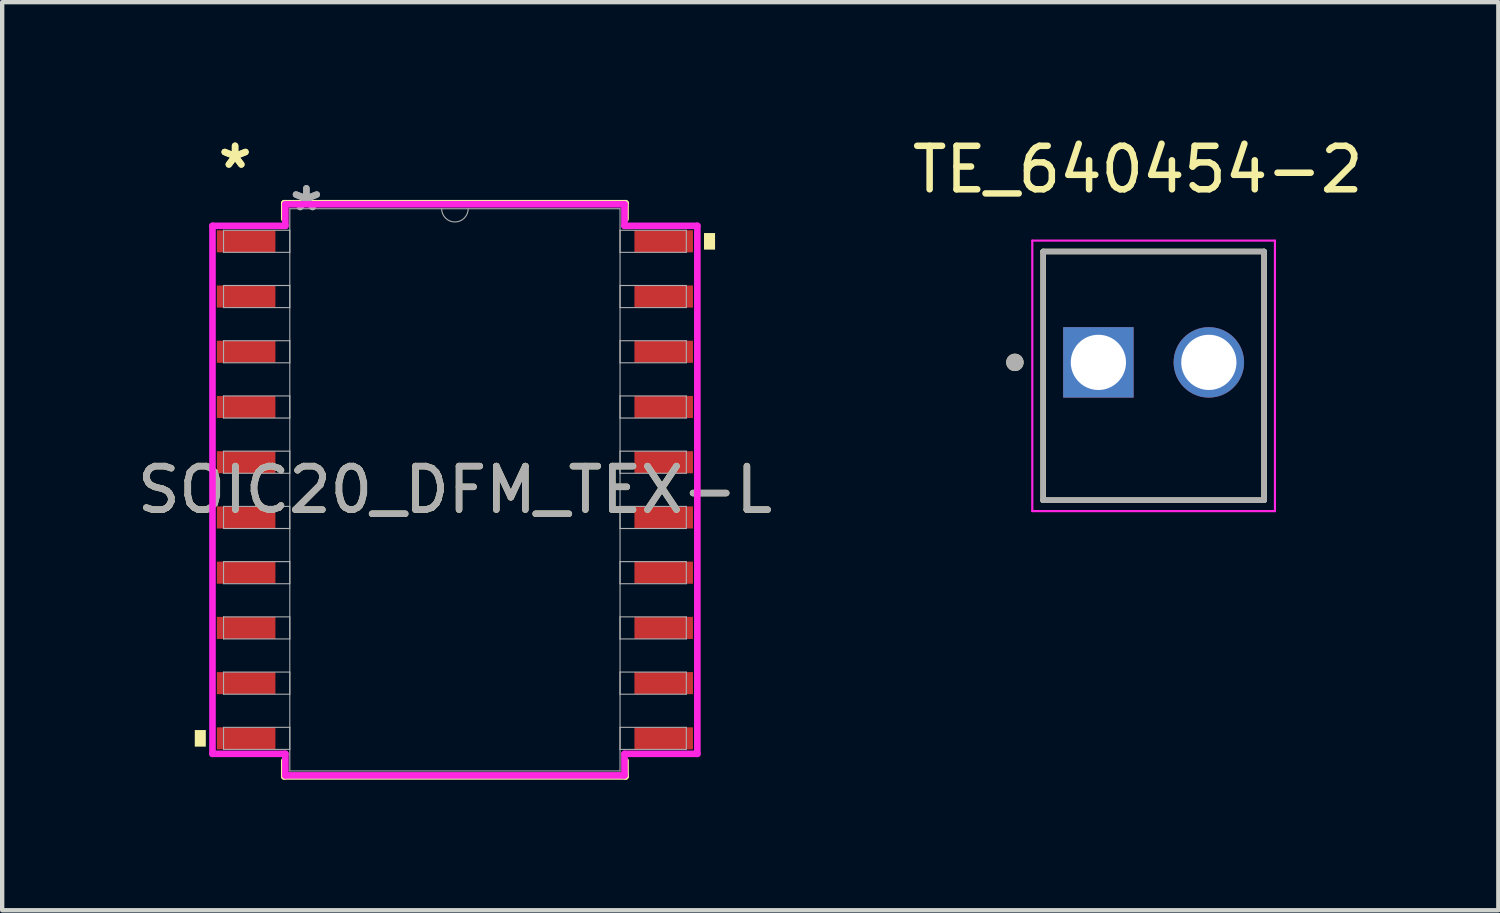
<source format=kicad_pcb>
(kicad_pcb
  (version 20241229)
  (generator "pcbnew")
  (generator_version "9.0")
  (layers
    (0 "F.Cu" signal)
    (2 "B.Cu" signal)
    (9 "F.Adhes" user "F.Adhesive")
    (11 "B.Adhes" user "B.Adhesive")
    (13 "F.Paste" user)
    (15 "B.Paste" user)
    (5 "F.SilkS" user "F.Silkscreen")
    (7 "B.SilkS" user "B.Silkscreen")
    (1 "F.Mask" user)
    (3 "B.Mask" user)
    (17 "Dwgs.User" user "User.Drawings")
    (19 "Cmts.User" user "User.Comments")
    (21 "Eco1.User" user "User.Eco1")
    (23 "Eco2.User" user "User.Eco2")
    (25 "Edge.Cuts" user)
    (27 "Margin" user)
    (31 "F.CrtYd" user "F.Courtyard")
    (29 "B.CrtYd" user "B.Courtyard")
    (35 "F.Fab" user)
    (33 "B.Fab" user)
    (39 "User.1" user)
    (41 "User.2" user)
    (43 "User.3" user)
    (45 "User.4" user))
  (footprint "SOIC20_DFM_TEX-L"
    (layer "F.Cu")
    (at 7.411 8.214)
    (property "Reference" "SOIC20_DFM_TEX-L" (at 0 0 0) (unlocked yes) (layer "F.SilkS") (effects (font (size 1 1) (thickness 0.15))))
    (attr smd)
    (fp_line (start -3.924 -6.591) (end -3.924 -6.232) (stroke (width 0.152) (type solid)) (layer "F.SilkS"))
    (fp_line (start -3.924 6.232) (end -3.924 6.591) (stroke (width 0.152) (type solid)) (layer "F.SilkS"))
    (fp_line (start -3.924 6.591) (end 3.924 6.591) (stroke (width 0.152) (type solid)) (layer "F.SilkS"))
    (fp_line (start 3.924 -6.591) (end -3.924 -6.591) (stroke (width 0.152) (type solid)) (layer "F.SilkS"))
    (fp_line (start 3.924 -6.232) (end 3.924 -6.591) (stroke (width 0.152) (type solid)) (layer "F.SilkS"))
    (fp_line (start 3.924 6.591) (end 3.924 6.232) (stroke (width 0.152) (type solid)) (layer "F.SilkS"))
    (fp_poly (pts (xy -5.982 5.524) (xy -5.982 5.905) (xy -5.728 5.905) (xy -5.728 5.524)) (stroke (width 0) (type solid)) (fill yes) (layer "F.SilkS"))
    (fp_poly (pts (xy 5.982 -5.905) (xy 5.982 -5.524) (xy 5.728 -5.524) (xy 5.728 -5.905)) (stroke (width 0) (type solid)) (fill yes) (layer "F.SilkS"))
    (fp_line (start -5.575 -6.071) (end -3.899 -6.071) (stroke (width 0.152) (type solid)) (layer "F.CrtYd"))
    (fp_line (start -5.575 6.071) (end -5.575 -6.071) (stroke (width 0.152) (type solid)) (layer "F.CrtYd"))
    (fp_line (start -5.575 6.071) (end -3.899 6.071) (stroke (width 0.152) (type solid)) (layer "F.CrtYd"))
    (fp_line (start -3.899 -6.566) (end 3.899 -6.566) (stroke (width 0.152) (type solid)) (layer "F.CrtYd"))
    (fp_line (start -3.899 -6.071) (end -3.899 -6.566) (stroke (width 0.152) (type solid)) (layer "F.CrtYd"))
    (fp_line (start -3.899 6.566) (end -3.899 6.071) (stroke (width 0.152) (type solid)) (layer "F.CrtYd"))
    (fp_line (start 3.899 -6.566) (end 3.899 -6.071) (stroke (width 0.152) (type solid)) (layer "F.CrtYd"))
    (fp_line (start 3.899 6.071) (end 3.899 6.566) (stroke (width 0.152) (type solid)) (layer "F.CrtYd"))
    (fp_line (start 3.899 6.566) (end -3.899 6.566) (stroke (width 0.152) (type solid)) (layer "F.CrtYd"))
    (fp_line (start 5.575 -6.071) (end 3.899 -6.071) (stroke (width 0.152) (type solid)) (layer "F.CrtYd"))
    (fp_line (start 5.575 -6.071) (end 5.575 6.071) (stroke (width 0.152) (type solid)) (layer "F.CrtYd"))
    (fp_line (start 5.575 6.071) (end 3.899 6.071) (stroke (width 0.152) (type solid)) (layer "F.CrtYd"))
    (fp_line (start -5.321 -5.969) (end -5.321 -5.461) (stroke (width 0.025) (type solid)) (layer "F.Fab"))
    (fp_line (start -5.321 -5.461) (end -3.797 -5.461) (stroke (width 0.025) (type solid)) (layer "F.Fab"))
    (fp_line (start -5.321 -4.699) (end -5.321 -4.191) (stroke (width 0.025) (type solid)) (layer "F.Fab"))
    (fp_line (start -5.321 -4.191) (end -3.797 -4.191) (stroke (width 0.025) (type solid)) (layer "F.Fab"))
    (fp_line (start -5.321 -3.429) (end -5.321 -2.921) (stroke (width 0.025) (type solid)) (layer "F.Fab"))
    (fp_line (start -5.321 -2.921) (end -3.797 -2.921) (stroke (width 0.025) (type solid)) (layer "F.Fab"))
    (fp_line (start -5.321 -2.159) (end -5.321 -1.651) (stroke (width 0.025) (type solid)) (layer "F.Fab"))
    (fp_line (start -5.321 -1.651) (end -3.797 -1.651) (stroke (width 0.025) (type solid)) (layer "F.Fab"))
    (fp_line (start -5.321 -0.889) (end -5.321 -0.381) (stroke (width 0.025) (type solid)) (layer "F.Fab"))
    (fp_line (start -5.321 -0.381) (end -3.797 -0.381) (stroke (width 0.025) (type solid)) (layer "F.Fab"))
    (fp_line (start -5.321 0.381) (end -5.321 0.889) (stroke (width 0.025) (type solid)) (layer "F.Fab"))
    (fp_line (start -5.321 0.889) (end -3.797 0.889) (stroke (width 0.025) (type solid)) (layer "F.Fab"))
    (fp_line (start -5.321 1.651) (end -5.321 2.159) (stroke (width 0.025) (type solid)) (layer "F.Fab"))
    (fp_line (start -5.321 2.159) (end -3.797 2.159) (stroke (width 0.025) (type solid)) (layer "F.Fab"))
    (fp_line (start -5.321 2.921) (end -5.321 3.429) (stroke (width 0.025) (type solid)) (layer "F.Fab"))
    (fp_line (start -5.321 3.429) (end -3.797 3.429) (stroke (width 0.025) (type solid)) (layer "F.Fab"))
    (fp_line (start -5.321 4.191) (end -5.321 4.699) (stroke (width 0.025) (type solid)) (layer "F.Fab"))
    (fp_line (start -5.321 4.699) (end -3.797 4.699) (stroke (width 0.025) (type solid)) (layer "F.Fab"))
    (fp_line (start -5.321 5.461) (end -5.321 5.969) (stroke (width 0.025) (type solid)) (layer "F.Fab"))
    (fp_line (start -5.321 5.969) (end -3.797 5.969) (stroke (width 0.025) (type solid)) (layer "F.Fab"))
    (fp_line (start -3.797 -6.464) (end -3.797 6.464) (stroke (width 0.025) (type solid)) (layer "F.Fab"))
    (fp_line (start -3.797 -5.969) (end -5.321 -5.969) (stroke (width 0.025) (type solid)) (layer "F.Fab"))
    (fp_line (start -3.797 -5.461) (end -3.797 -5.969) (stroke (width 0.025) (type solid)) (layer "F.Fab"))
    (fp_line (start -3.797 -4.699) (end -5.321 -4.699) (stroke (width 0.025) (type solid)) (layer "F.Fab"))
    (fp_line (start -3.797 -4.191) (end -3.797 -4.699) (stroke (width 0.025) (type solid)) (layer "F.Fab"))
    (fp_line (start -3.797 -3.429) (end -5.321 -3.429) (stroke (width 0.025) (type solid)) (layer "F.Fab"))
    (fp_line (start -3.797 -2.921) (end -3.797 -3.429) (stroke (width 0.025) (type solid)) (layer "F.Fab"))
    (fp_line (start -3.797 -2.159) (end -5.321 -2.159) (stroke (width 0.025) (type solid)) (layer "F.Fab"))
    (fp_line (start -3.797 -1.651) (end -3.797 -2.159) (stroke (width 0.025) (type solid)) (layer "F.Fab"))
    (fp_line (start -3.797 -0.889) (end -5.321 -0.889) (stroke (width 0.025) (type solid)) (layer "F.Fab"))
    (fp_line (start -3.797 -0.381) (end -3.797 -0.889) (stroke (width 0.025) (type solid)) (layer "F.Fab"))
    (fp_line (start -3.797 0.381) (end -5.321 0.381) (stroke (width 0.025) (type solid)) (layer "F.Fab"))
    (fp_line (start -3.797 0.889) (end -3.797 0.381) (stroke (width 0.025) (type solid)) (layer "F.Fab"))
    (fp_line (start -3.797 1.651) (end -5.321 1.651) (stroke (width 0.025) (type solid)) (layer "F.Fab"))
    (fp_line (start -3.797 2.159) (end -3.797 1.651) (stroke (width 0.025) (type solid)) (layer "F.Fab"))
    (fp_line (start -3.797 2.921) (end -5.321 2.921) (stroke (width 0.025) (type solid)) (layer "F.Fab"))
    (fp_line (start -3.797 3.429) (end -3.797 2.921) (stroke (width 0.025) (type solid)) (layer "F.Fab"))
    (fp_line (start -3.797 4.191) (end -5.321 4.191) (stroke (width 0.025) (type solid)) (layer "F.Fab"))
    (fp_line (start -3.797 4.699) (end -3.797 4.191) (stroke (width 0.025) (type solid)) (layer "F.Fab"))
    (fp_line (start -3.797 5.461) (end -5.321 5.461) (stroke (width 0.025) (type solid)) (layer "F.Fab"))
    (fp_line (start -3.797 5.969) (end -3.797 5.461) (stroke (width 0.025) (type solid)) (layer "F.Fab"))
    (fp_line (start -3.797 6.464) (end 3.797 6.464) (stroke (width 0.025) (type solid)) (layer "F.Fab"))
    (fp_line (start 3.797 -6.464) (end -3.797 -6.464) (stroke (width 0.025) (type solid)) (layer "F.Fab"))
    (fp_line (start 3.797 -5.969) (end 3.797 -5.461) (stroke (width 0.025) (type solid)) (layer "F.Fab"))
    (fp_line (start 3.797 -5.461) (end 5.321 -5.461) (stroke (width 0.025) (type solid)) (layer "F.Fab"))
    (fp_line (start 3.797 -4.699) (end 3.797 -4.191) (stroke (width 0.025) (type solid)) (layer "F.Fab"))
    (fp_line (start 3.797 -4.191) (end 5.321 -4.191) (stroke (width 0.025) (type solid)) (layer "F.Fab"))
    (fp_line (start 3.797 -3.429) (end 3.797 -2.921) (stroke (width 0.025) (type solid)) (layer "F.Fab"))
    (fp_line (start 3.797 -2.921) (end 5.321 -2.921) (stroke (width 0.025) (type solid)) (layer "F.Fab"))
    (fp_line (start 3.797 -2.159) (end 3.797 -1.651) (stroke (width 0.025) (type solid)) (layer "F.Fab"))
    (fp_line (start 3.797 -1.651) (end 5.321 -1.651) (stroke (width 0.025) (type solid)) (layer "F.Fab"))
    (fp_line (start 3.797 -0.889) (end 3.797 -0.381) (stroke (width 0.025) (type solid)) (layer "F.Fab"))
    (fp_line (start 3.797 -0.381) (end 5.321 -0.381) (stroke (width 0.025) (type solid)) (layer "F.Fab"))
    (fp_line (start 3.797 0.381) (end 3.797 0.889) (stroke (width 0.025) (type solid)) (layer "F.Fab"))
    (fp_line (start 3.797 0.889) (end 5.321 0.889) (stroke (width 0.025) (type solid)) (layer "F.Fab"))
    (fp_line (start 3.797 1.651) (end 3.797 2.159) (stroke (width 0.025) (type solid)) (layer "F.Fab"))
    (fp_line (start 3.797 2.159) (end 5.321 2.159) (stroke (width 0.025) (type solid)) (layer "F.Fab"))
    (fp_line (start 3.797 2.921) (end 3.797 3.429) (stroke (width 0.025) (type solid)) (layer "F.Fab"))
    (fp_line (start 3.797 3.429) (end 5.321 3.429) (stroke (width 0.025) (type solid)) (layer "F.Fab"))
    (fp_line (start 3.797 4.191) (end 3.797 4.699) (stroke (width 0.025) (type solid)) (layer "F.Fab"))
    (fp_line (start 3.797 4.699) (end 5.321 4.699) (stroke (width 0.025) (type solid)) (layer "F.Fab"))
    (fp_line (start 3.797 5.461) (end 3.797 5.969) (stroke (width 0.025) (type solid)) (layer "F.Fab"))
    (fp_line (start 3.797 5.969) (end 5.321 5.969) (stroke (width 0.025) (type solid)) (layer "F.Fab"))
    (fp_line (start 3.797 6.464) (end 3.797 -6.464) (stroke (width 0.025) (type solid)) (layer "F.Fab"))
    (fp_line (start 5.321 -5.969) (end 3.797 -5.969) (stroke (width 0.025) (type solid)) (layer "F.Fab"))
    (fp_line (start 5.321 -5.461) (end 5.321 -5.969) (stroke (width 0.025) (type solid)) (layer "F.Fab"))
    (fp_line (start 5.321 -4.699) (end 3.797 -4.699) (stroke (width 0.025) (type solid)) (layer "F.Fab"))
    (fp_line (start 5.321 -4.191) (end 5.321 -4.699) (stroke (width 0.025) (type solid)) (layer "F.Fab"))
    (fp_line (start 5.321 -3.429) (end 3.797 -3.429) (stroke (width 0.025) (type solid)) (layer "F.Fab"))
    (fp_line (start 5.321 -2.921) (end 5.321 -3.429) (stroke (width 0.025) (type solid)) (layer "F.Fab"))
    (fp_line (start 5.321 -2.159) (end 3.797 -2.159) (stroke (width 0.025) (type solid)) (layer "F.Fab"))
    (fp_line (start 5.321 -1.651) (end 5.321 -2.159) (stroke (width 0.025) (type solid)) (layer "F.Fab"))
    (fp_line (start 5.321 -0.889) (end 3.797 -0.889) (stroke (width 0.025) (type solid)) (layer "F.Fab"))
    (fp_line (start 5.321 -0.381) (end 5.321 -0.889) (stroke (width 0.025) (type solid)) (layer "F.Fab"))
    (fp_line (start 5.321 0.381) (end 3.797 0.381) (stroke (width 0.025) (type solid)) (layer "F.Fab"))
    (fp_line (start 5.321 0.889) (end 5.321 0.381) (stroke (width 0.025) (type solid)) (layer "F.Fab"))
    (fp_line (start 5.321 1.651) (end 3.797 1.651) (stroke (width 0.025) (type solid)) (layer "F.Fab"))
    (fp_line (start 5.321 2.159) (end 5.321 1.651) (stroke (width 0.025) (type solid)) (layer "F.Fab"))
    (fp_line (start 5.321 2.921) (end 3.797 2.921) (stroke (width 0.025) (type solid)) (layer "F.Fab"))
    (fp_line (start 5.321 3.429) (end 5.321 2.921) (stroke (width 0.025) (type solid)) (layer "F.Fab"))
    (fp_line (start 5.321 4.191) (end 3.797 4.191) (stroke (width 0.025) (type solid)) (layer "F.Fab"))
    (fp_line (start 5.321 4.699) (end 5.321 4.191) (stroke (width 0.025) (type solid)) (layer "F.Fab"))
    (fp_line (start 5.321 5.461) (end 3.797 5.461) (stroke (width 0.025) (type solid)) (layer "F.Fab"))
    (fp_line (start 5.321 5.969) (end 5.321 5.461) (stroke (width 0.025) (type solid)) (layer "F.Fab"))
    (fp_arc (start 0.3048 -6.4643) (mid 0 -6.1595) (end -0.3048 -6.4643) (stroke (width 0.0254) (type solid)) (layer "F.Fab"))
    (fp_text user "*" (at -5.055 -7.366 0) (unlocked yes) (layer "F.SilkS") (effects (font (size 1 1) (thickness 0.15))))
    (fp_text user "*" (at -5.055 -7.366 0) (layer "F.SilkS") (effects (font (size 1 1) (thickness 0.15))))
    (fp_text user "*" (at -3.416 -6.388 0) (layer "F.Fab") (effects (font (size 1 1) (thickness 0.15))))
    (fp_text user "*" (at -3.416 -6.388 0) (unlocked yes) (layer "F.Fab") (effects (font (size 1 1) (thickness 0.15))))
    (fp_text user "${REFERENCE}" (at 0 0 0) (unlocked yes) (layer "F.Fab") (effects (font (size 1 1) (thickness 0.15))))
    (pad "1" smd rect (at -4.801 -5.715) (size 1.346 0.508) (layers "F.Cu" "F.Mask" "F.Paste"))
    (pad "2" smd rect (at -4.801 -4.445) (size 1.346 0.508) (layers "F.Cu" "F.Mask" "F.Paste"))
    (pad "3" smd rect (at -4.801 -3.175) (size 1.346 0.508) (layers "F.Cu" "F.Mask" "F.Paste"))
    (pad "4" smd rect (at -4.801 -1.905) (size 1.346 0.508) (layers "F.Cu" "F.Mask" "F.Paste"))
    (pad "5" smd rect (at -4.801 -0.635) (size 1.346 0.508) (layers "F.Cu" "F.Mask" "F.Paste"))
    (pad "6" smd rect (at -4.801 0.635) (size 1.346 0.508) (layers "F.Cu" "F.Mask" "F.Paste"))
    (pad "7" smd rect (at -4.801 1.905) (size 1.346 0.508) (layers "F.Cu" "F.Mask" "F.Paste"))
    (pad "8" smd rect (at -4.801 3.175) (size 1.346 0.508) (layers "F.Cu" "F.Mask" "F.Paste"))
    (pad "9" smd rect (at -4.801 4.445) (size 1.346 0.508) (layers "F.Cu" "F.Mask" "F.Paste"))
    (pad "10" smd rect (at -4.801 5.715) (size 1.346 0.508) (layers "F.Cu" "F.Mask" "F.Paste"))
    (pad "11" smd rect (at 4.801 5.715) (size 1.346 0.508) (layers "F.Cu" "F.Mask" "F.Paste"))
    (pad "12" smd rect (at 4.801 4.445) (size 1.346 0.508) (layers "F.Cu" "F.Mask" "F.Paste"))
    (pad "13" smd rect (at 4.801 3.175) (size 1.346 0.508) (layers "F.Cu" "F.Mask" "F.Paste"))
    (pad "14" smd rect (at 4.801 1.905) (size 1.346 0.508) (layers "F.Cu" "F.Mask" "F.Paste"))
    (pad "15" smd rect (at 4.801 0.635) (size 1.346 0.508) (layers "F.Cu" "F.Mask" "F.Paste"))
    (pad "16" smd rect (at 4.801 -0.635) (size 1.346 0.508) (layers "F.Cu" "F.Mask" "F.Paste"))
    (pad "17" smd rect (at 4.801 -1.905) (size 1.346 0.508) (layers "F.Cu" "F.Mask" "F.Paste"))
    (pad "18" smd rect (at 4.801 -3.175) (size 1.346 0.508) (layers "F.Cu" "F.Mask" "F.Paste"))
    (pad "19" smd rect (at 4.801 -4.445) (size 1.346 0.508) (layers "F.Cu" "F.Mask" "F.Paste"))
    (pad "20" smd rect (at 4.801 -5.715) (size 1.346 0.508) (layers "F.Cu" "F.Mask" "F.Paste")))
  (footprint "TE_640454-2"
    (layer "F.Cu")
    (at 22.208 5.283)
    (property "Reference" "TE_640454-2" (at 0.905 -4.435 0) (layer "F.SilkS") (effects (font (size 1 1) (thickness 0.15))))
    (attr through_hole)
    (fp_line (start -1.27 3.17) (end -1.27 -2.55) (stroke (width 0.127) (type solid)) (layer "F.SilkS"))
    (fp_line (start 3.81 -2.55) (end -1.27 -2.55) (stroke (width 0.127) (type solid)) (layer "F.SilkS"))
    (fp_line (start 3.81 -2.55) (end 3.81 3.17) (stroke (width 0.127) (type solid)) (layer "F.SilkS"))
    (fp_line (start 3.81 3.17) (end -1.27 3.17) (stroke (width 0.127) (type solid)) (layer "F.SilkS"))
    (fp_circle (center -1.92 0) (end -1.82 0) (stroke (width 0.2) (type solid)) (fill no) (layer "F.SilkS"))
    (fp_line (start -1.52 -2.8) (end 4.06 -2.8) (stroke (width 0.05) (type solid)) (layer "F.CrtYd"))
    (fp_line (start -1.52 3.42) (end -1.52 -2.8) (stroke (width 0.05) (type solid)) (layer "F.CrtYd"))
    (fp_line (start 4.06 -2.8) (end 4.06 3.42) (stroke (width 0.05) (type solid)) (layer "F.CrtYd"))
    (fp_line (start 4.06 3.42) (end -1.52 3.42) (stroke (width 0.05) (type solid)) (layer "F.CrtYd"))
    (fp_line (start -1.27 -2.55) (end 3.81 -2.55) (stroke (width 0.127) (type solid)) (layer "F.Fab"))
    (fp_line (start -1.27 3.17) (end -1.27 -2.55) (stroke (width 0.127) (type solid)) (layer "F.Fab"))
    (fp_line (start -1.27 3.17) (end -1.27 3.17) (stroke (width 0.127) (type solid)) (layer "F.Fab"))
    (fp_line (start -1.27 3.17) (end 3.81 3.17) (stroke (width 0.127) (type solid)) (layer "F.Fab"))
    (fp_line (start 3.81 -2.55) (end 3.81 3.17) (stroke (width 0.127) (type solid)) (layer "F.Fab"))
    (fp_line (start 3.81 3.17) (end -1.27 3.17) (stroke (width 0.127) (type solid)) (layer "F.Fab"))
    (fp_line (start 3.81 3.17) (end 3.81 3.17) (stroke (width 0.127) (type solid)) (layer "F.Fab"))
    (fp_circle (center -1.92 0) (end -1.82 0) (stroke (width 0.2) (type solid)) (fill no) (layer "F.Fab"))
    (pad "1" thru_hole rect (at 0 0) (size 1.62 1.62) (drill 1.27) (layers "*.Cu" "*.Mask"))
    (pad "2" thru_hole circle (at 2.54 0) (size 1.62 1.62) (drill 1.27) (layers "*.Cu" "*.Mask")))
  (gr_rect
    (start -3 -3)
    (end 31.405 17.882)
    (stroke (width 0.1) (type default))
    (fill no)
    (layer "Edge.Cuts")))
</source>
